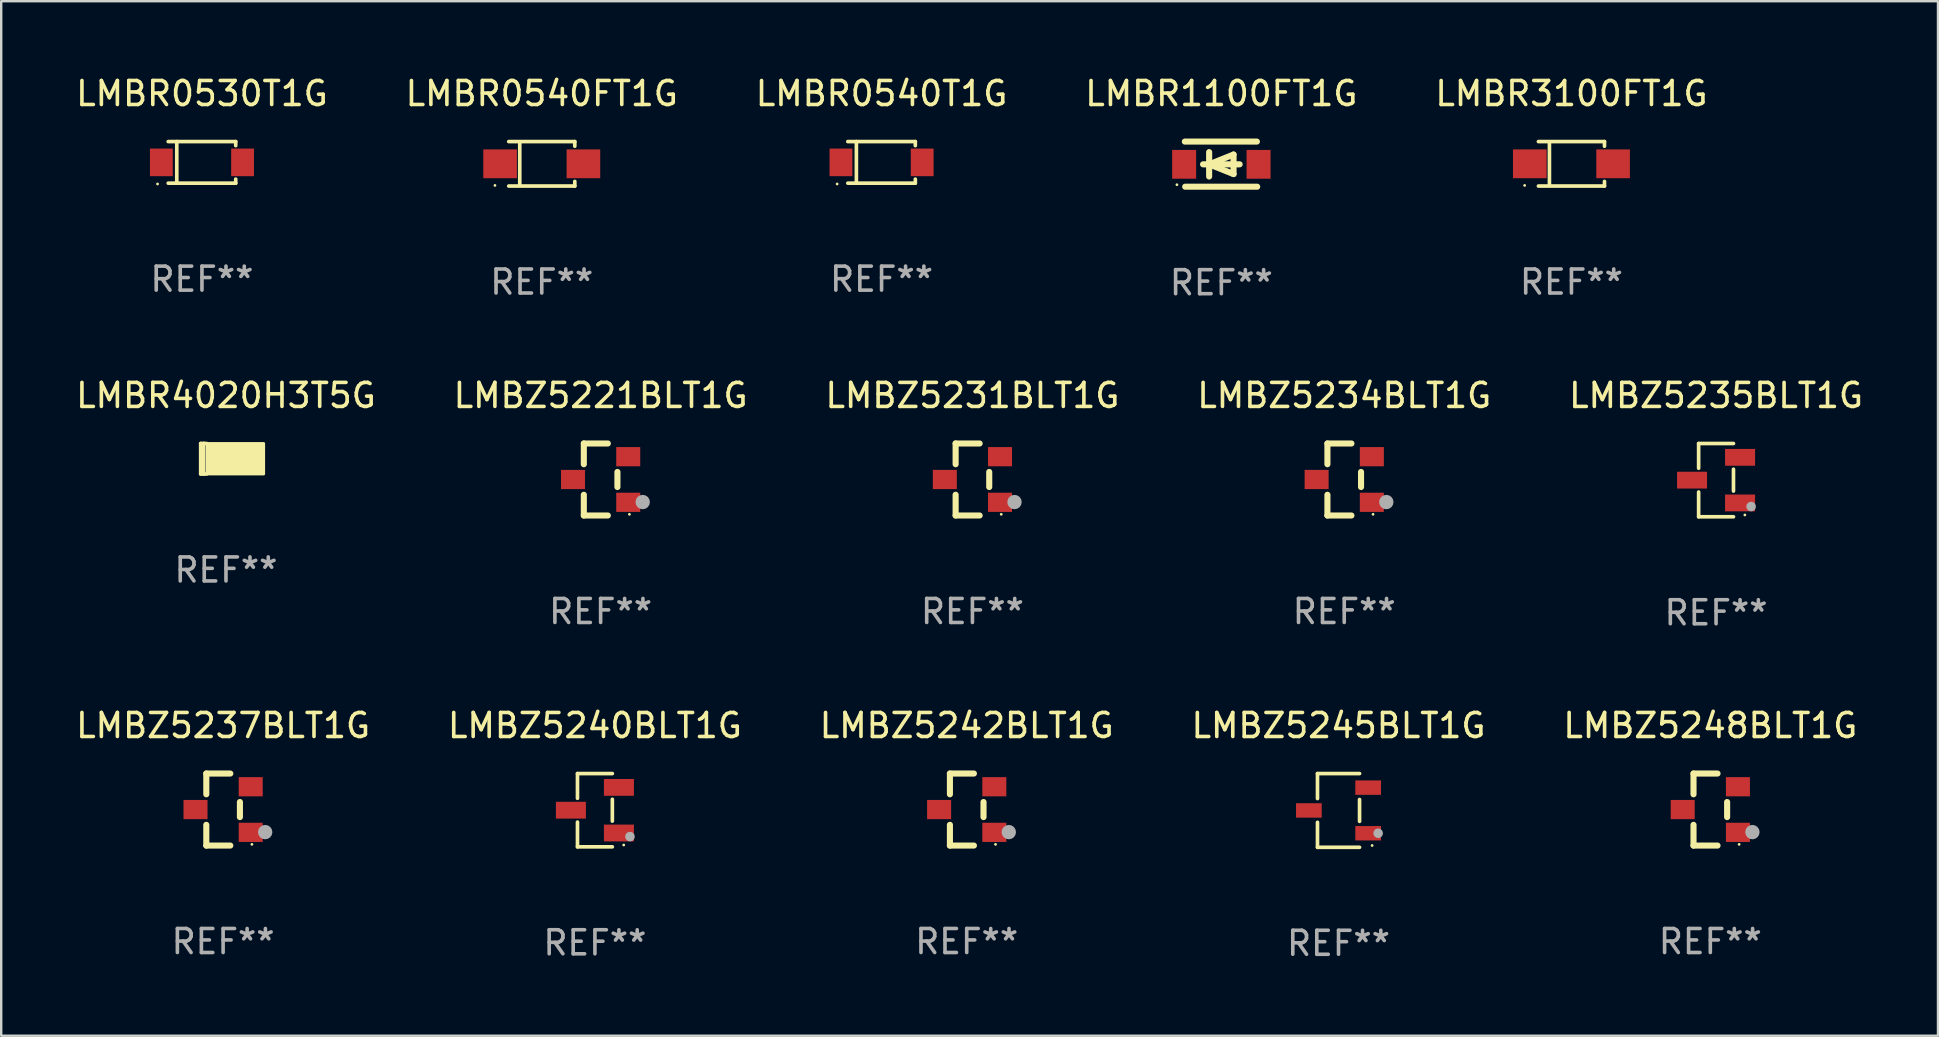
<source format=kicad_pcb>
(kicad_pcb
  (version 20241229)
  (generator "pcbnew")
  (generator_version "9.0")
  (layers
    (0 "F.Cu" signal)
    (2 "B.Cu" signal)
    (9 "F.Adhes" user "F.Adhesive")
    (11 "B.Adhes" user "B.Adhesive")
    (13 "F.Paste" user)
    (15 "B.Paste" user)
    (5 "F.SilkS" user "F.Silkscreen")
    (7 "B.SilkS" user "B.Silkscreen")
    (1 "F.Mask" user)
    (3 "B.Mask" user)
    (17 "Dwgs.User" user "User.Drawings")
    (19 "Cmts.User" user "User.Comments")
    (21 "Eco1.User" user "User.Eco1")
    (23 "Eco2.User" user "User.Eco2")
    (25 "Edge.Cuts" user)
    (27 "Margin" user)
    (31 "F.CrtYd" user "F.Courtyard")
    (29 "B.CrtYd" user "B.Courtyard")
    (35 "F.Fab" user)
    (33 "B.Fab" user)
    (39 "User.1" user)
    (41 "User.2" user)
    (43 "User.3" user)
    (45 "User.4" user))
  (footprint "LMBR0530T1G"
    (layer "F.Cu")
    (at 5.363 3.714)
    (property "Reference" "LMBR0530T1G" (at 0 -2.866 0) (layer "F.SilkS") (effects (font (size 1 1) (thickness 0.15))))
    (attr through_hole)
    (fp_line (start -1.406 -0.866) (end 1.406 -0.866) (stroke (width 0.152) (type solid)) (layer "F.SilkS"))
    (fp_line (start -1.406 0.866) (end 1.406 0.866) (stroke (width 0.152) (type solid)) (layer "F.SilkS"))
    (fp_line (start -1.049 -0.866) (end -1.049 0.866) (stroke (width 0.152) (type solid)) (layer "F.SilkS"))
    (fp_line (start 1.406 -0.866) (end 1.406 -0.698) (stroke (width 0.152) (type solid)) (layer "F.SilkS"))
    (fp_line (start 1.406 0.866) (end 1.406 0.698) (stroke (width 0.152) (type solid)) (layer "F.SilkS"))
    (fp_circle (center -1.851 0.9) (end -1.821 0.9) (stroke (width 0.06) (type solid)) (fill no) (layer "F.SilkS"))
    (fp_text user "REF**" (at 0 4.866 0) (layer "F.Fab") (effects (font (size 1 1) (thickness 0.15))))
    (pad "1" smd rect (at -1.692 0) (size 0.95 1.15) (layers "F.Cu" "F.Mask" "F.Paste"))
    (pad "2" smd rect (at 1.692 0) (size 0.95 1.15) (layers "F.Cu" "F.Mask" "F.Paste")))
  (footprint "LMBZ5234BLT1G"
    (layer "F.Cu")
    (at 52.946 16.924)
    (property "Reference" "LMBZ5234BLT1G" (at 0 -3.5 0) (layer "F.SilkS") (effects (font (size 1 1) (thickness 0.15))))
    (attr through_hole)
    (fp_line (start -0.7 -1.5) (end 0.3 -1.5) (stroke (width 0.254) (type solid)) (layer "F.SilkS"))
    (fp_line (start -0.7 -0.636) (end -0.7 -1.5) (stroke (width 0.254) (type solid)) (layer "F.SilkS"))
    (fp_line (start -0.7 1.5) (end -0.7 0.636) (stroke (width 0.254) (type solid)) (layer "F.SilkS"))
    (fp_line (start -0.7 1.5) (end 0.3 1.5) (stroke (width 0.254) (type solid)) (layer "F.SilkS"))
    (fp_line (start 0.7 0.314) (end 0.7 -0.314) (stroke (width 0.254) (type solid)) (layer "F.SilkS"))
    (fp_circle (center 1.2 1.45) (end 1.23 1.45) (stroke (width 0.06) (type solid)) (fill no) (layer "F.SilkS"))
    (fp_circle (center 1.753 0.94) (end 1.903 0.94) (stroke (width 0.3) (type solid)) (fill no) (layer "F.Fab"))
    (fp_text user "REF**" (at 0 5.5 0) (layer "F.Fab") (effects (font (size 1 1) (thickness 0.15))))
    (pad "1" smd rect (at 1.15 0.95 180) (size 1 0.8) (layers "F.Cu" "F.Mask" "F.Paste"))
    (pad "2" smd rect (at 1.15 -0.95 180) (size 1 0.8) (layers "F.Cu" "F.Mask" "F.Paste"))
    (pad "3" smd rect (at -1.15 -0.000051 180) (size 1 0.8) (layers "F.Cu" "F.Mask" "F.Paste")))
  (footprint "LMBR3100FT1G"
    (layer "F.Cu")
    (at 62.411 3.774)
    (property "Reference" "LMBR3100FT1G" (at 0 -2.926 0) (layer "F.SilkS") (effects (font (size 1 1) (thickness 0.15))))
    (attr through_hole)
    (fp_line (start -1.376 -0.926) (end 1.376 -0.926) (stroke (width 0.152) (type solid)) (layer "F.SilkS"))
    (fp_line (start -1.376 0.926) (end 1.376 0.926) (stroke (width 0.152) (type solid)) (layer "F.SilkS"))
    (fp_line (start -0.917 -0.876) (end -0.917 0.876) (stroke (width 0.152) (type solid)) (layer "F.SilkS"))
    (fp_line (start 1.376 -0.926) (end 1.376 -0.733) (stroke (width 0.152) (type solid)) (layer "F.SilkS"))
    (fp_line (start 1.376 0.926) (end 1.376 0.733) (stroke (width 0.152) (type solid)) (layer "F.SilkS"))
    (fp_circle (center -1.95 0.9) (end -1.92 0.9) (stroke (width 0.06) (type solid)) (fill no) (layer "F.SilkS"))
    (fp_text user "REF**" (at 0 4.926 0) (layer "F.Fab") (effects (font (size 1 1) (thickness 0.15))))
    (pad "1" smd rect (at -1.735 0) (size 1.4 1.2) (layers "F.Cu" "F.Mask" "F.Paste"))
    (pad "2" smd rect (at 1.735 0) (size 1.4 1.2) (layers "F.Cu" "F.Mask" "F.Paste")))
  (footprint "LMBR1100FT1G"
    (layer "F.Cu")
    (at 47.827 3.788)
    (property "Reference" "LMBR1100FT1G" (at 0 -2.94 0) (layer "F.SilkS") (effects (font (size 1 1) (thickness 0.15))))
    (attr through_hole)
    (fp_line (start -1.52 -0.94) (end 1.48 -0.94) (stroke (width 0.254) (type solid)) (layer "F.SilkS"))
    (fp_line (start -1.507 0.94) (end 1.493 0.94) (stroke (width 0.254) (type solid)) (layer "F.SilkS"))
    (fp_line (start -0.762 0.007) (end 0.762 0.007) (stroke (width 0.254) (type solid)) (layer "F.SilkS"))
    (fp_line (start -0.508 -0.501) (end -0.508 0.515) (stroke (width 0.254) (type solid)) (layer "F.SilkS"))
    (fp_line (start -0.508 0.007) (end 0.508 -0.4) (stroke (width 0.254) (type solid)) (layer "F.SilkS"))
    (fp_line (start 0.508 -0.4) (end 0.508 0.413) (stroke (width 0.254) (type solid)) (layer "F.SilkS"))
    (fp_line (start 0.508 0.413) (end -0.508 0.007) (stroke (width 0.254) (type solid)) (layer "F.SilkS"))
    (fp_circle (center -1.85 0.857) (end -1.82 0.857) (stroke (width 0.06) (type solid)) (fill no) (layer "F.SilkS"))
    (fp_text user "REF**" (at 0 4.94 0) (layer "F.Fab") (effects (font (size 1 1) (thickness 0.15))))
    (pad "1" smd rect (at -1.55 0.007) (size 1 1.2) (layers "F.Cu" "F.Mask" "F.Paste"))
    (pad "2" smd rect (at 1.55 0.007) (size 1 1.2) (layers "F.Cu" "F.Mask" "F.Paste")))
  (footprint "LMBR0540T1G"
    (layer "F.Cu")
    (at 33.673 3.714)
    (property "Reference" "LMBR0540T1G" (at 0 -2.866 0) (layer "F.SilkS") (effects (font (size 1 1) (thickness 0.15))))
    (attr through_hole)
    (fp_line (start -1.406 -0.866) (end 1.406 -0.866) (stroke (width 0.152) (type solid)) (layer "F.SilkS"))
    (fp_line (start -1.406 0.866) (end 1.406 0.866) (stroke (width 0.152) (type solid)) (layer "F.SilkS"))
    (fp_line (start -1.049 -0.866) (end -1.049 0.866) (stroke (width 0.152) (type solid)) (layer "F.SilkS"))
    (fp_line (start 1.406 -0.866) (end 1.406 -0.698) (stroke (width 0.152) (type solid)) (layer "F.SilkS"))
    (fp_line (start 1.406 0.866) (end 1.406 0.698) (stroke (width 0.152) (type solid)) (layer "F.SilkS"))
    (fp_circle (center -1.851 0.9) (end -1.821 0.9) (stroke (width 0.06) (type solid)) (fill no) (layer "F.SilkS"))
    (fp_text user "REF**" (at 0 4.866 0) (layer "F.Fab") (effects (font (size 1 1) (thickness 0.15))))
    (pad "1" smd rect (at -1.692 0) (size 0.95 1.15) (layers "F.Cu" "F.Mask" "F.Paste"))
    (pad "2" smd rect (at 1.692 0) (size 0.95 1.15) (layers "F.Cu" "F.Mask" "F.Paste")))
  (footprint "LMBZ5235BLT1G"
    (layer "F.Cu")
    (at 68.435 16.951)
    (property "Reference" "LMBZ5235BLT1G" (at 0 -3.526 0) (layer "F.SilkS") (effects (font (size 1 1) (thickness 0.15))))
    (attr through_hole)
    (fp_line (start -0.726 -1.526) (end -0.726 -0.495) (stroke (width 0.152) (type solid)) (layer "F.SilkS"))
    (fp_line (start -0.726 1.526) (end -0.726 0.495) (stroke (width 0.152) (type solid)) (layer "F.SilkS"))
    (fp_line (start 0.726 -1.526) (end -0.726 -1.526) (stroke (width 0.152) (type solid)) (layer "F.SilkS"))
    (fp_line (start 0.726 -0.455) (end 0.726 0.455) (stroke (width 0.152) (type solid)) (layer "F.SilkS"))
    (fp_line (start 0.726 1.526) (end -0.726 1.526) (stroke (width 0.152) (type solid)) (layer "F.SilkS"))
    (fp_circle (center 1.2 1.45) (end 1.23 1.45) (stroke (width 0.06) (type solid)) (fill no) (layer "F.SilkS"))
    (fp_circle (center 1.46 1.1) (end 1.56 1.1) (stroke (width 0.2) (type solid)) (fill no) (layer "F.Fab"))
    (fp_text user "REF**" (at 0 5.526 0) (layer "F.Fab") (effects (font (size 1 1) (thickness 0.15))))
    (pad "1" smd rect (at 1 0.95) (size 1.25 0.7) (layers "F.Cu" "F.Mask" "F.Paste"))
    (pad "2" smd rect (at 1 -0.95) (size 1.25 0.7) (layers "F.Cu" "F.Mask" "F.Paste"))
    (pad "3" smd rect (at -1 0) (size 1.25 0.7) (layers "F.Cu" "F.Mask" "F.Paste")))
  (footprint "LMBZ5240BLT1G"
    (layer "F.Cu")
    (at 21.732 30.7)
    (property "Reference" "LMBZ5240BLT1G" (at 0 -3.526 0) (layer "F.SilkS") (effects (font (size 1 1) (thickness 0.15))))
    (attr through_hole)
    (fp_line (start -0.726 -1.526) (end -0.726 -0.495) (stroke (width 0.152) (type solid)) (layer "F.SilkS"))
    (fp_line (start -0.726 1.526) (end -0.726 0.495) (stroke (width 0.152) (type solid)) (layer "F.SilkS"))
    (fp_line (start 0.726 -1.526) (end -0.726 -1.526) (stroke (width 0.152) (type solid)) (layer "F.SilkS"))
    (fp_line (start 0.726 -0.455) (end 0.726 0.455) (stroke (width 0.152) (type solid)) (layer "F.SilkS"))
    (fp_line (start 0.726 1.526) (end -0.726 1.526) (stroke (width 0.152) (type solid)) (layer "F.SilkS"))
    (fp_circle (center 1.2 1.45) (end 1.23 1.45) (stroke (width 0.06) (type solid)) (fill no) (layer "F.SilkS"))
    (fp_circle (center 1.46 1.1) (end 1.56 1.1) (stroke (width 0.2) (type solid)) (fill no) (layer "F.Fab"))
    (fp_text user "REF**" (at 0 5.526 0) (layer "F.Fab") (effects (font (size 1 1) (thickness 0.15))))
    (pad "1" smd rect (at 1 0.95) (size 1.25 0.7) (layers "F.Cu" "F.Mask" "F.Paste"))
    (pad "2" smd rect (at 1 -0.95) (size 1.25 0.7) (layers "F.Cu" "F.Mask" "F.Paste"))
    (pad "3" smd rect (at -1 0) (size 1.25 0.7) (layers "F.Cu" "F.Mask" "F.Paste")))
  (footprint "LMBZ5248BLT1G"
    (layer "F.Cu")
    (at 68.196 30.673)
    (property "Reference" "LMBZ5248BLT1G" (at 0 -3.5 0) (layer "F.SilkS") (effects (font (size 1 1) (thickness 0.15))))
    (attr through_hole)
    (fp_line (start -0.7 -1.5) (end 0.3 -1.5) (stroke (width 0.254) (type solid)) (layer "F.SilkS"))
    (fp_line (start -0.7 -0.636) (end -0.7 -1.5) (stroke (width 0.254) (type solid)) (layer "F.SilkS"))
    (fp_line (start -0.7 1.5) (end -0.7 0.636) (stroke (width 0.254) (type solid)) (layer "F.SilkS"))
    (fp_line (start -0.7 1.5) (end 0.3 1.5) (stroke (width 0.254) (type solid)) (layer "F.SilkS"))
    (fp_line (start 0.7 0.314) (end 0.7 -0.314) (stroke (width 0.254) (type solid)) (layer "F.SilkS"))
    (fp_circle (center 1.2 1.45) (end 1.23 1.45) (stroke (width 0.06) (type solid)) (fill no) (layer "F.SilkS"))
    (fp_circle (center 1.753 0.94) (end 1.903 0.94) (stroke (width 0.3) (type solid)) (fill no) (layer "F.Fab"))
    (fp_text user "REF**" (at 0 5.5 0) (layer "F.Fab") (effects (font (size 1 1) (thickness 0.15))))
    (pad "1" smd rect (at 1.15 0.95 180) (size 1 0.8) (layers "F.Cu" "F.Mask" "F.Paste"))
    (pad "2" smd rect (at 1.15 -0.95 180) (size 1 0.8) (layers "F.Cu" "F.Mask" "F.Paste"))
    (pad "3" smd rect (at -1.15 -0.000051 180) (size 1 0.8) (layers "F.Cu" "F.Mask" "F.Paste")))
  (footprint "LMBR4020H3T5G"
    (layer "F.Cu")
    (at 6.363 16.059)
    (property "Reference" "LMBR4020H3T5G" (at 0 -2.635 0) (layer "F.SilkS") (effects (font (size 1 1) (thickness 0.15))))
    (attr through_hole)
    (fp_line (start -1.054 -0.635) (end -0.927 -0.635) (stroke (width 0.15) (type solid)) (layer "F.SilkS"))
    (fp_line (start -1.054 0.635) (end -1.054 -0.635) (stroke (width 0.15) (type solid)) (layer "F.SilkS"))
    (fp_line (start -0.927 -0.635) (end -0.8 -0.635) (stroke (width 0.15) (type solid)) (layer "F.SilkS"))
    (fp_line (start -0.927 0.635) (end -1.054 0.635) (stroke (width 0.15) (type solid)) (layer "F.SilkS"))
    (fp_line (start -0.927 0.635) (end -0.927 -0.635) (stroke (width 0.15) (type solid)) (layer "F.SilkS"))
    (fp_line (start -0.8 0.635) (end -0.927 0.635) (stroke (width 0.15) (type solid)) (layer "F.SilkS"))
    (fp_circle (center -0.551 0.4) (end -0.521 0.4) (stroke (width 0.06) (type solid)) (fill no) (layer "F.SilkS"))
    (fp_poly (pts (xy -0.78 -0.635) (xy 1.57 -0.635) (xy 1.57 0.635) (xy -0.78 0.635)) (stroke (width 0.12) (type solid)) (fill yes) (layer "F.SilkS"))
    (fp_text user "REF**" (at 0 4.635 0) (layer "F.Fab") (effects (font (size 1 1) (thickness 0.15))))
    (pad "1" smd rect (at -0.113 0 90) (size 0.8 1.01) (layers "F.Cu" "F.Mask" "F.Paste"))
    (pad "2" smd rect (at 1.054 0 90) (size 0.8 0.61) (layers "F.Cu" "F.Mask" "F.Paste")))
  (footprint "LMBZ5237BLT1G"
    (layer "F.Cu")
    (at 6.244 30.673)
    (property "Reference" "LMBZ5237BLT1G" (at 0 -3.5 0) (layer "F.SilkS") (effects (font (size 1 1) (thickness 0.15))))
    (attr through_hole)
    (fp_line (start -0.7 -1.5) (end 0.3 -1.5) (stroke (width 0.254) (type solid)) (layer "F.SilkS"))
    (fp_line (start -0.7 -0.636) (end -0.7 -1.5) (stroke (width 0.254) (type solid)) (layer "F.SilkS"))
    (fp_line (start -0.7 1.5) (end -0.7 0.636) (stroke (width 0.254) (type solid)) (layer "F.SilkS"))
    (fp_line (start -0.7 1.5) (end 0.3 1.5) (stroke (width 0.254) (type solid)) (layer "F.SilkS"))
    (fp_line (start 0.7 0.314) (end 0.7 -0.314) (stroke (width 0.254) (type solid)) (layer "F.SilkS"))
    (fp_circle (center 1.2 1.45) (end 1.23 1.45) (stroke (width 0.06) (type solid)) (fill no) (layer "F.SilkS"))
    (fp_circle (center 1.753 0.94) (end 1.903 0.94) (stroke (width 0.3) (type solid)) (fill no) (layer "F.Fab"))
    (fp_text user "REF**" (at 0 5.5 0) (layer "F.Fab") (effects (font (size 1 1) (thickness 0.15))))
    (pad "1" smd rect (at 1.15 0.95 180) (size 1 0.8) (layers "F.Cu" "F.Mask" "F.Paste"))
    (pad "2" smd rect (at 1.15 -0.95 180) (size 1 0.8) (layers "F.Cu" "F.Mask" "F.Paste"))
    (pad "3" smd rect (at -1.15 -0.000051 180) (size 1 0.8) (layers "F.Cu" "F.Mask" "F.Paste")))
  (footprint "LMBR0540FT1G"
    (layer "F.Cu")
    (at 19.518 3.774)
    (property "Reference" "LMBR0540FT1G" (at 0 -2.926 0) (layer "F.SilkS") (effects (font (size 1 1) (thickness 0.15))))
    (attr through_hole)
    (fp_line (start -1.376 -0.926) (end 1.376 -0.926) (stroke (width 0.152) (type solid)) (layer "F.SilkS"))
    (fp_line (start -1.376 0.926) (end 1.376 0.926) (stroke (width 0.152) (type solid)) (layer "F.SilkS"))
    (fp_line (start -0.917 -0.876) (end -0.917 0.876) (stroke (width 0.152) (type solid)) (layer "F.SilkS"))
    (fp_line (start 1.376 -0.926) (end 1.376 -0.733) (stroke (width 0.152) (type solid)) (layer "F.SilkS"))
    (fp_line (start 1.376 0.926) (end 1.376 0.733) (stroke (width 0.152) (type solid)) (layer "F.SilkS"))
    (fp_circle (center -1.95 0.9) (end -1.92 0.9) (stroke (width 0.06) (type solid)) (fill no) (layer "F.SilkS"))
    (fp_text user "REF**" (at 0 4.926 0) (layer "F.Fab") (effects (font (size 1 1) (thickness 0.15))))
    (pad "1" smd rect (at -1.735 0) (size 1.4 1.2) (layers "F.Cu" "F.Mask" "F.Paste"))
    (pad "2" smd rect (at 1.735 0) (size 1.4 1.2) (layers "F.Cu" "F.Mask" "F.Paste")))
  (footprint "LMBZ5221BLT1G"
    (layer "F.Cu")
    (at 21.97 16.924)
    (property "Reference" "LMBZ5221BLT1G" (at 0 -3.5 0) (layer "F.SilkS") (effects (font (size 1 1) (thickness 0.15))))
    (attr through_hole)
    (fp_line (start -0.7 -1.5) (end 0.3 -1.5) (stroke (width 0.254) (type solid)) (layer "F.SilkS"))
    (fp_line (start -0.7 -0.636) (end -0.7 -1.5) (stroke (width 0.254) (type solid)) (layer "F.SilkS"))
    (fp_line (start -0.7 1.5) (end -0.7 0.636) (stroke (width 0.254) (type solid)) (layer "F.SilkS"))
    (fp_line (start -0.7 1.5) (end 0.3 1.5) (stroke (width 0.254) (type solid)) (layer "F.SilkS"))
    (fp_line (start 0.7 0.314) (end 0.7 -0.314) (stroke (width 0.254) (type solid)) (layer "F.SilkS"))
    (fp_circle (center 1.2 1.45) (end 1.23 1.45) (stroke (width 0.06) (type solid)) (fill no) (layer "F.SilkS"))
    (fp_circle (center 1.753 0.94) (end 1.903 0.94) (stroke (width 0.3) (type solid)) (fill no) (layer "F.Fab"))
    (fp_text user "REF**" (at 0 5.5 0) (layer "F.Fab") (effects (font (size 1 1) (thickness 0.15))))
    (pad "1" smd rect (at 1.15 0.95 180) (size 1 0.8) (layers "F.Cu" "F.Mask" "F.Paste"))
    (pad "2" smd rect (at 1.15 -0.95 180) (size 1 0.8) (layers "F.Cu" "F.Mask" "F.Paste"))
    (pad "3" smd rect (at -1.15 -0.000051 180) (size 1 0.8) (layers "F.Cu" "F.Mask" "F.Paste")))
  (footprint "LMBZ5242BLT1G"
    (layer "F.Cu")
    (at 37.22 30.673)
    (property "Reference" "LMBZ5242BLT1G" (at 0 -3.5 0) (layer "F.SilkS") (effects (font (size 1 1) (thickness 0.15))))
    (attr through_hole)
    (fp_line (start -0.7 -1.5) (end 0.3 -1.5) (stroke (width 0.254) (type solid)) (layer "F.SilkS"))
    (fp_line (start -0.7 -0.636) (end -0.7 -1.5) (stroke (width 0.254) (type solid)) (layer "F.SilkS"))
    (fp_line (start -0.7 1.5) (end -0.7 0.636) (stroke (width 0.254) (type solid)) (layer "F.SilkS"))
    (fp_line (start -0.7 1.5) (end 0.3 1.5) (stroke (width 0.254) (type solid)) (layer "F.SilkS"))
    (fp_line (start 0.7 0.314) (end 0.7 -0.314) (stroke (width 0.254) (type solid)) (layer "F.SilkS"))
    (fp_circle (center 1.2 1.45) (end 1.23 1.45) (stroke (width 0.06) (type solid)) (fill no) (layer "F.SilkS"))
    (fp_circle (center 1.753 0.94) (end 1.903 0.94) (stroke (width 0.3) (type solid)) (fill no) (layer "F.Fab"))
    (fp_text user "REF**" (at 0 5.5 0) (layer "F.Fab") (effects (font (size 1 1) (thickness 0.15))))
    (pad "1" smd rect (at 1.15 0.95 180) (size 1 0.8) (layers "F.Cu" "F.Mask" "F.Paste"))
    (pad "2" smd rect (at 1.15 -0.95 180) (size 1 0.8) (layers "F.Cu" "F.Mask" "F.Paste"))
    (pad "3" smd rect (at -1.15 -0.000051 180) (size 1 0.8) (layers "F.Cu" "F.Mask" "F.Paste")))
  (footprint "LMBZ5231BLT1G"
    (layer "F.Cu")
    (at 37.458 16.924)
    (property "Reference" "LMBZ5231BLT1G" (at 0 -3.5 0) (layer "F.SilkS") (effects (font (size 1 1) (thickness 0.15))))
    (attr through_hole)
    (fp_line (start -0.7 -1.5) (end 0.3 -1.5) (stroke (width 0.254) (type solid)) (layer "F.SilkS"))
    (fp_line (start -0.7 -0.636) (end -0.7 -1.5) (stroke (width 0.254) (type solid)) (layer "F.SilkS"))
    (fp_line (start -0.7 1.5) (end -0.7 0.636) (stroke (width 0.254) (type solid)) (layer "F.SilkS"))
    (fp_line (start -0.7 1.5) (end 0.3 1.5) (stroke (width 0.254) (type solid)) (layer "F.SilkS"))
    (fp_line (start 0.7 0.314) (end 0.7 -0.314) (stroke (width 0.254) (type solid)) (layer "F.SilkS"))
    (fp_circle (center 1.2 1.45) (end 1.23 1.45) (stroke (width 0.06) (type solid)) (fill no) (layer "F.SilkS"))
    (fp_circle (center 1.753 0.94) (end 1.903 0.94) (stroke (width 0.3) (type solid)) (fill no) (layer "F.Fab"))
    (fp_text user "REF**" (at 0 5.5 0) (layer "F.Fab") (effects (font (size 1 1) (thickness 0.15))))
    (pad "1" smd rect (at 1.15 0.95 180) (size 1 0.8) (layers "F.Cu" "F.Mask" "F.Paste"))
    (pad "2" smd rect (at 1.15 -0.95 180) (size 1 0.8) (layers "F.Cu" "F.Mask" "F.Paste"))
    (pad "3" smd rect (at -1.15 -0.000051 180) (size 1 0.8) (layers "F.Cu" "F.Mask" "F.Paste")))
  (footprint "LMBZ5245BLT1G"
    (layer "F.Cu")
    (at 52.708 30.71)
    (property "Reference" "LMBZ5245BLT1G" (at 0 -3.536 0) (layer "F.SilkS") (effects (font (size 1 1) (thickness 0.15))))
    (attr through_hole)
    (fp_line (start -0.876 -1.536) (end -0.876 -0.495) (stroke (width 0.152) (type solid)) (layer "F.SilkS"))
    (fp_line (start -0.876 1.536) (end -0.876 0.495) (stroke (width 0.152) (type solid)) (layer "F.SilkS"))
    (fp_line (start 0.876 -1.536) (end -0.876 -1.536) (stroke (width 0.152) (type solid)) (layer "F.SilkS"))
    (fp_line (start 0.876 -0.455) (end 0.876 0.455) (stroke (width 0.152) (type solid)) (layer "F.SilkS"))
    (fp_line (start 0.876 1.536) (end -0.876 1.536) (stroke (width 0.152) (type solid)) (layer "F.SilkS"))
    (fp_circle (center 1.4 1.46) (end 1.43 1.46) (stroke (width 0.06) (type solid)) (fill no) (layer "F.SilkS"))
    (fp_circle (center 1.651 0.95) (end 1.751 0.95) (stroke (width 0.2) (type solid)) (fill no) (layer "F.Fab"))
    (fp_text user "REF**" (at 0 5.536 0) (layer "F.Fab") (effects (font (size 1 1) (thickness 0.15))))
    (pad "1" smd rect (at 1.235 0.95) (size 1.07 0.6) (layers "F.Cu" "F.Mask" "F.Paste"))
    (pad "2" smd rect (at 1.235 -0.95) (size 1.07 0.6) (layers "F.Cu" "F.Mask" "F.Paste"))
    (pad "3" smd rect (at -1.235 0) (size 1.07 0.6) (layers "F.Cu" "F.Mask" "F.Paste")))
  (gr_rect
    (start -3 -3)
    (end 77.679 40.094)
    (stroke (width 0.1) (type default))
    (fill no)
    (layer "Edge.Cuts")))
</source>
